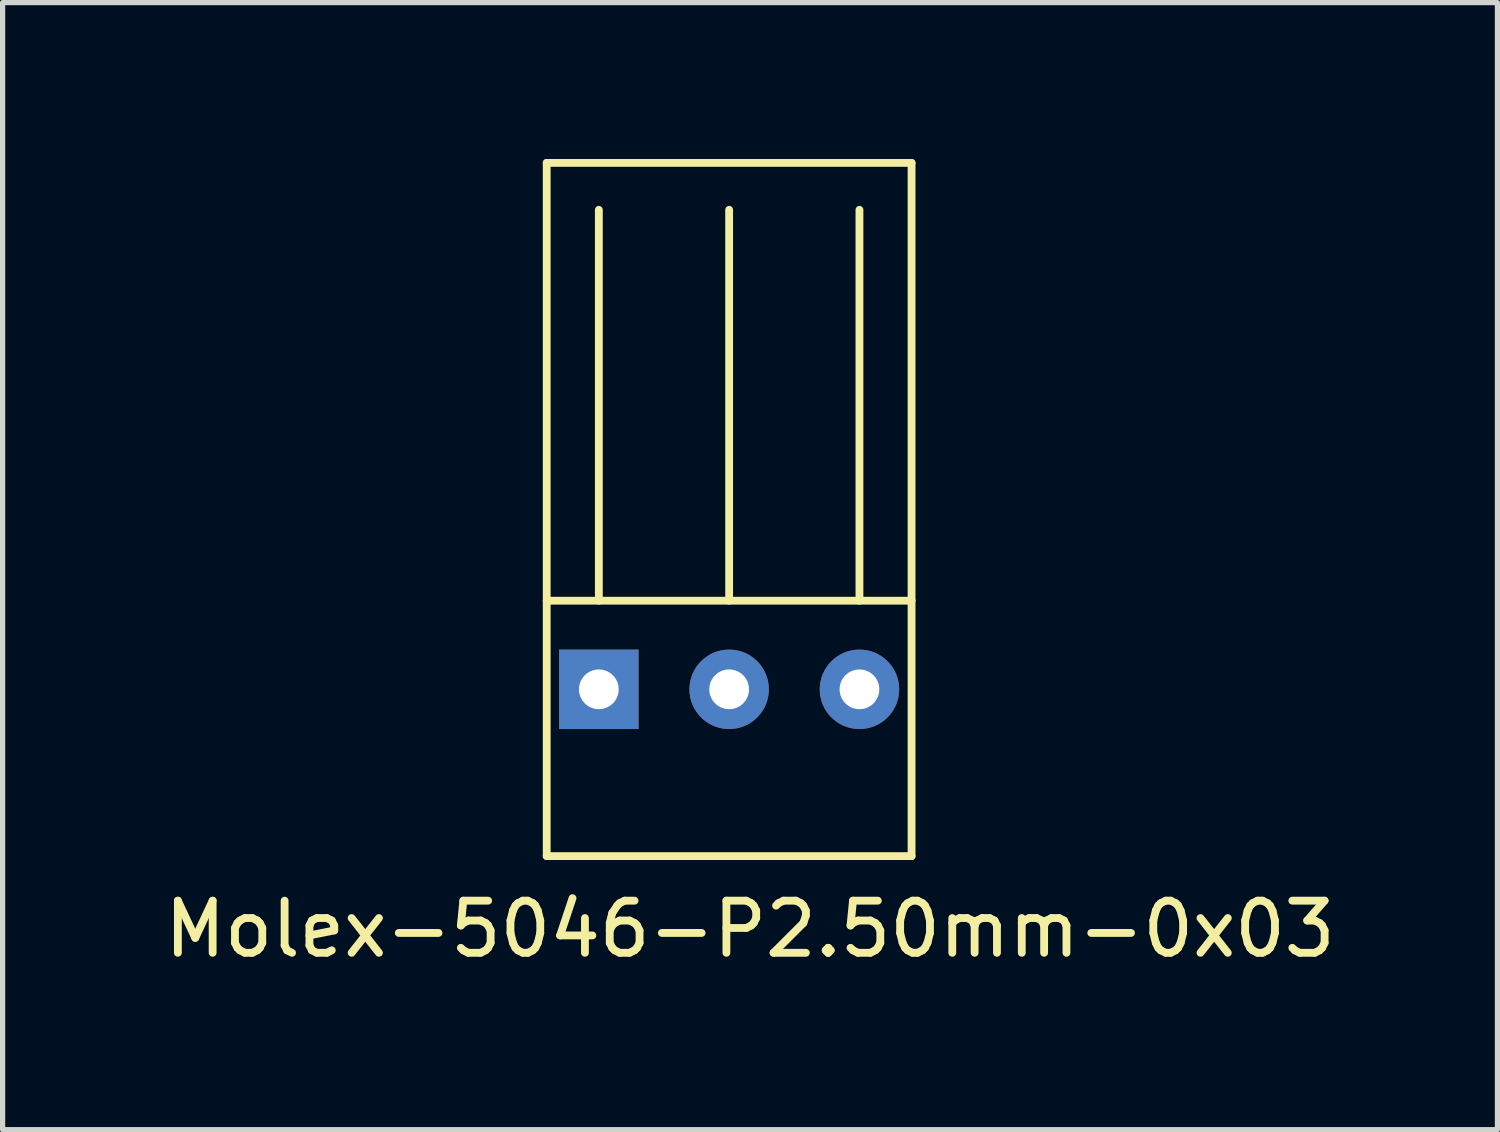
<source format=kicad_pcb>
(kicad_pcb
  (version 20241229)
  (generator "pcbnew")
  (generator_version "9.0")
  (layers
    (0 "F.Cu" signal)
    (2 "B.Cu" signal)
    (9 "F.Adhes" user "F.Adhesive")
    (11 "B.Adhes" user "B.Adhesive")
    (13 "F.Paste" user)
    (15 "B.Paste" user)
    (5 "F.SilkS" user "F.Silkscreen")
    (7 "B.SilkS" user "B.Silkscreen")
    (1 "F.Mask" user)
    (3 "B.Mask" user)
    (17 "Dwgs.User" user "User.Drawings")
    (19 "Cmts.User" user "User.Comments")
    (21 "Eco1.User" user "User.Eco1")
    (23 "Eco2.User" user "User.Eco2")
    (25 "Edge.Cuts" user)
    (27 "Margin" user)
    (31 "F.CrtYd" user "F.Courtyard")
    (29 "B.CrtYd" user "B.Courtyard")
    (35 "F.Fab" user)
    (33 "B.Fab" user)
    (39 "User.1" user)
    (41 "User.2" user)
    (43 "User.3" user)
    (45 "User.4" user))
  (footprint "Molex-5046-P2.50mm-0x03"
    (layer "F.Cu")
    (at 10.939 10.175)
    (property "Reference" "Molex-5046-P2.50mm-0x03" (at 0.4 4.6 0) (layer "F.SilkS") (effects (font (size 1 1) (thickness 0.15))))
    (attr through_hole)
    (fp_line (start -3.5 -10.1) (end 3.5 -10.1) (stroke (width 0.15) (type solid)) (layer "F.SilkS"))
    (fp_line (start -3.5 -1.7) (end 3.5 -1.7) (stroke (width 0.15) (type solid)) (layer "F.SilkS"))
    (fp_line (start -3.5 3.2) (end -3.5 -10.1) (stroke (width 0.15) (type solid)) (layer "F.SilkS"))
    (fp_line (start -3.5 3.2) (end 3.5 3.2) (stroke (width 0.15) (type solid)) (layer "F.SilkS"))
    (fp_line (start -2.5 -1.7) (end -2.5 -9.2) (stroke (width 0.15) (type solid)) (layer "F.SilkS"))
    (fp_line (start 0 -1.7) (end 0 -9.2) (stroke (width 0.15) (type solid)) (layer "F.SilkS"))
    (fp_line (start 2.5 -1.7) (end 2.5 -9.2) (stroke (width 0.15) (type solid)) (layer "F.SilkS"))
    (fp_line (start 3.5 3.2) (end 3.5 -10.1) (stroke (width 0.15) (type solid)) (layer "F.SilkS"))
    (pad "1" thru_hole rect (at -2.5 0) (size 1.524 1.524) (drill 0.762) (layers "*.Cu" "*.Mask"))
    (pad "2" thru_hole circle (at 0 0) (size 1.524 1.524) (drill 0.762) (layers "*.Cu" "*.Mask"))
    (pad "3" thru_hole circle (at 2.5 0) (size 1.524 1.524) (drill 0.762) (layers "*.Cu" "*.Mask")))
  (gr_rect
    (start -3 -3)
    (end 25.679 18.623)
    (stroke (width 0.1) (type default))
    (fill no)
    (layer "Edge.Cuts")))
</source>
